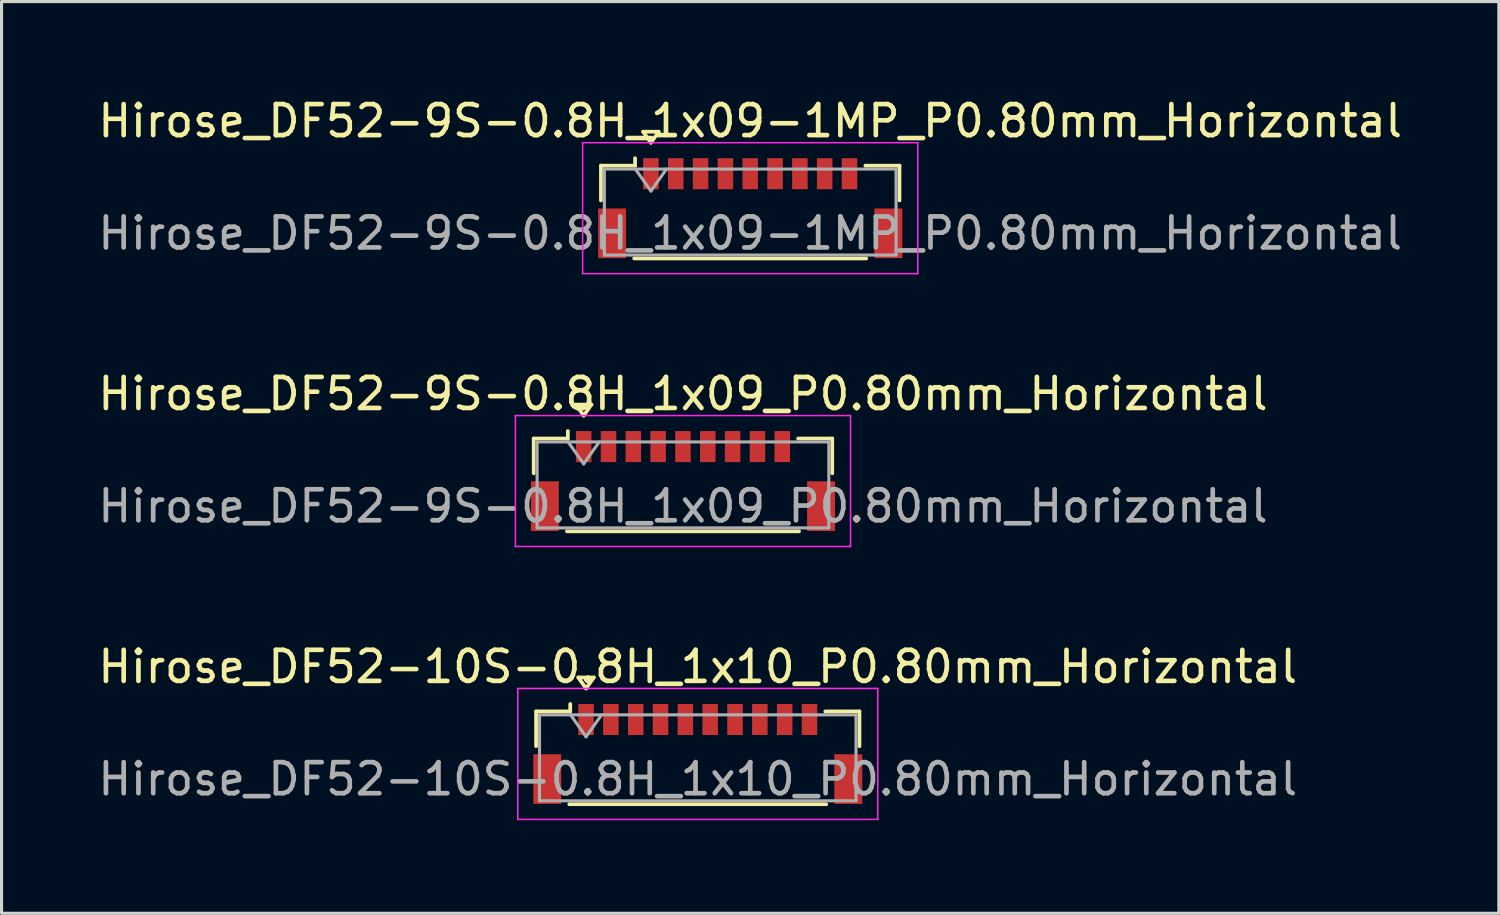
<source format=kicad_pcb>
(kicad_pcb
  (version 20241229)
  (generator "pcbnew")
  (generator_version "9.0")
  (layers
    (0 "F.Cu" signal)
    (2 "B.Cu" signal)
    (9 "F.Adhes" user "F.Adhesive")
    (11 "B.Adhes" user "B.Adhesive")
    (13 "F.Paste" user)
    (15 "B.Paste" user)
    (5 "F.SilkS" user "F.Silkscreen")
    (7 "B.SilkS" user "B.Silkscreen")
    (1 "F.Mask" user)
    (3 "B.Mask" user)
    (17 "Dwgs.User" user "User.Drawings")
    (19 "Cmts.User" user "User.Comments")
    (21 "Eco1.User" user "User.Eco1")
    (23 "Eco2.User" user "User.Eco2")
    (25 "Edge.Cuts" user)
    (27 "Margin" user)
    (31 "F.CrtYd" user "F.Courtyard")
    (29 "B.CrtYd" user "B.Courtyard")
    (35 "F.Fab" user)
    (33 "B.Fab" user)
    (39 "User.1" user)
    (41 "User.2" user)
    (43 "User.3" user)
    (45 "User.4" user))
  (footprint "Hirose_DF52-9S-0.8H_1x09-1MP_P0.80mm_Horizontal"
    (layer "F.Cu")
    (at 21.125 3.658)
    (property "Reference" "Hirose_DF52-9S-0.8H_1x09-1MP_P0.80mm_Horizontal" (at 0 -2.81 0) (layer "F.SilkS") (effects (font (size 1 1) (thickness 0.15))))
    (attr smd)
    (fp_line (start -4.81 -1.37) (end -3.71 -1.37) (stroke (width 0.12) (type solid)) (layer "F.SilkS"))
    (fp_line (start -4.81 -0.25) (end -4.81 -1.37) (stroke (width 0.12) (type solid)) (layer "F.SilkS"))
    (fp_line (start -3.74 1.62) (end 3.74 1.62) (stroke (width 0.12) (type solid)) (layer "F.SilkS"))
    (fp_line (start -3.71 -1.37) (end -3.71 -1.61) (stroke (width 0.12) (type solid)) (layer "F.SilkS"))
    (fp_line (start -3.45 -2.464) (end -3.2 -2.11) (stroke (width 0.12) (type solid)) (layer "F.SilkS"))
    (fp_line (start -3.2 -2.11) (end -2.95 -2.464) (stroke (width 0.12) (type solid)) (layer "F.SilkS"))
    (fp_line (start -2.95 -2.464) (end -3.45 -2.464) (stroke (width 0.12) (type solid)) (layer "F.SilkS"))
    (fp_line (start 4.81 -1.37) (end 3.71 -1.37) (stroke (width 0.12) (type solid)) (layer "F.SilkS"))
    (fp_line (start 4.81 -0.25) (end 4.81 -1.37) (stroke (width 0.12) (type solid)) (layer "F.SilkS"))
    (fp_line (start -5.4 -2.11) (end -5.4 2.11) (stroke (width 0.05) (type solid)) (layer "F.CrtYd"))
    (fp_line (start -5.4 2.11) (end 5.4 2.11) (stroke (width 0.05) (type solid)) (layer "F.CrtYd"))
    (fp_line (start 5.4 -2.11) (end -5.4 -2.11) (stroke (width 0.05) (type solid)) (layer "F.CrtYd"))
    (fp_line (start 5.4 2.11) (end 5.4 -2.11) (stroke (width 0.05) (type solid)) (layer "F.CrtYd"))
    (fp_line (start -4.7 -1.26) (end -4.7 1.51) (stroke (width 0.1) (type solid)) (layer "F.Fab"))
    (fp_line (start -4.7 -1.26) (end 4.7 -1.26) (stroke (width 0.1) (type solid)) (layer "F.Fab"))
    (fp_line (start -4.7 1.51) (end 4.7 1.51) (stroke (width 0.1) (type solid)) (layer "F.Fab"))
    (fp_line (start -3.7 -1.26) (end -3.2 -0.553) (stroke (width 0.1) (type solid)) (layer "F.Fab"))
    (fp_line (start -3.2 -0.553) (end -2.7 -1.26) (stroke (width 0.1) (type solid)) (layer "F.Fab"))
    (fp_line (start 4.7 -1.26) (end 4.7 1.51) (stroke (width 0.1) (type solid)) (layer "F.Fab"))
    (fp_text user "${REFERENCE}" (at 0 0.81 0) (layer "F.Fab") (effects (font (size 1 1) (thickness 0.15))))
    (pad "1" smd rect (at -3.2 -1.11) (size 0.5 1) (layers "F.Cu" "F.Mask" "F.Paste"))
    (pad "2" smd rect (at -2.4 -1.11) (size 0.5 1) (layers "F.Cu" "F.Mask" "F.Paste"))
    (pad "3" smd rect (at -1.6 -1.11) (size 0.5 1) (layers "F.Cu" "F.Mask" "F.Paste"))
    (pad "4" smd rect (at -0.8 -1.11) (size 0.5 1) (layers "F.Cu" "F.Mask" "F.Paste"))
    (pad "5" smd rect (at 0 -1.11) (size 0.5 1) (layers "F.Cu" "F.Mask" "F.Paste"))
    (pad "6" smd rect (at 0.8 -1.11) (size 0.5 1) (layers "F.Cu" "F.Mask" "F.Paste"))
    (pad "7" smd rect (at 1.6 -1.11) (size 0.5 1) (layers "F.Cu" "F.Mask" "F.Paste"))
    (pad "8" smd rect (at 2.4 -1.11) (size 0.5 1) (layers "F.Cu" "F.Mask" "F.Paste"))
    (pad "9" smd rect (at 3.2 -1.11) (size 0.5 1) (layers "F.Cu" "F.Mask" "F.Paste"))
    (pad "MP" smd rect (at -4.45 0.81) (size 0.9 1.6) (layers "F.Cu" "F.Mask" "F.Paste"))
    (pad "MP" smd rect (at 4.45 0.81) (size 0.9 1.6) (layers "F.Cu" "F.Mask" "F.Paste")))
  (footprint "Hirose_DF52-9S-0.8H_1x09_P0.80mm_Horizontal"
    (layer "F.Cu")
    (at 18.958 12.451)
    (property "Reference" "Hirose_DF52-9S-0.8H_1x09_P0.80mm_Horizontal" (at 0 -2.81 0) (layer "F.SilkS") (effects (font (size 1 1) (thickness 0.15))))
    (attr smd)
    (fp_line (start -4.81 -1.37) (end -3.71 -1.37) (stroke (width 0.12) (type solid)) (layer "F.SilkS"))
    (fp_line (start -4.81 -0.25) (end -4.81 -1.37) (stroke (width 0.12) (type solid)) (layer "F.SilkS"))
    (fp_line (start -3.74 1.62) (end 3.74 1.62) (stroke (width 0.12) (type solid)) (layer "F.SilkS"))
    (fp_line (start -3.71 -1.37) (end -3.71 -1.61) (stroke (width 0.12) (type solid)) (layer "F.SilkS"))
    (fp_line (start -3.45 -2.464) (end -3.2 -2.11) (stroke (width 0.12) (type solid)) (layer "F.SilkS"))
    (fp_line (start -3.2 -2.11) (end -2.95 -2.464) (stroke (width 0.12) (type solid)) (layer "F.SilkS"))
    (fp_line (start -2.95 -2.464) (end -3.45 -2.464) (stroke (width 0.12) (type solid)) (layer "F.SilkS"))
    (fp_line (start 4.81 -1.37) (end 3.71 -1.37) (stroke (width 0.12) (type solid)) (layer "F.SilkS"))
    (fp_line (start 4.81 -0.25) (end 4.81 -1.37) (stroke (width 0.12) (type solid)) (layer "F.SilkS"))
    (fp_line (start -5.4 -2.11) (end -5.4 2.11) (stroke (width 0.05) (type solid)) (layer "F.CrtYd"))
    (fp_line (start -5.4 2.11) (end 5.4 2.11) (stroke (width 0.05) (type solid)) (layer "F.CrtYd"))
    (fp_line (start 5.4 -2.11) (end -5.4 -2.11) (stroke (width 0.05) (type solid)) (layer "F.CrtYd"))
    (fp_line (start 5.4 2.11) (end 5.4 -2.11) (stroke (width 0.05) (type solid)) (layer "F.CrtYd"))
    (fp_line (start -4.7 -1.26) (end -4.7 1.51) (stroke (width 0.1) (type solid)) (layer "F.Fab"))
    (fp_line (start -4.7 -1.26) (end 4.7 -1.26) (stroke (width 0.1) (type solid)) (layer "F.Fab"))
    (fp_line (start -4.7 1.51) (end 4.7 1.51) (stroke (width 0.1) (type solid)) (layer "F.Fab"))
    (fp_line (start -3.7 -1.26) (end -3.2 -0.553) (stroke (width 0.1) (type solid)) (layer "F.Fab"))
    (fp_line (start -3.2 -0.553) (end -2.7 -1.26) (stroke (width 0.1) (type solid)) (layer "F.Fab"))
    (fp_line (start 4.7 -1.26) (end 4.7 1.51) (stroke (width 0.1) (type solid)) (layer "F.Fab"))
    (fp_text user "${REFERENCE}" (at 0 0.81 0) (layer "F.Fab") (effects (font (size 1 1) (thickness 0.15))))
    (pad "" smd rect (at -4.45 0.81) (size 0.9 1.6) (layers "F.Cu" "F.Mask" "F.Paste"))
    (pad "" smd rect (at 4.45 0.81) (size 0.9 1.6) (layers "F.Cu" "F.Mask" "F.Paste"))
    (pad "1" smd rect (at -3.2 -1.11) (size 0.5 1) (layers "F.Cu" "F.Mask" "F.Paste"))
    (pad "2" smd rect (at -2.4 -1.11) (size 0.5 1) (layers "F.Cu" "F.Mask" "F.Paste"))
    (pad "3" smd rect (at -1.6 -1.11) (size 0.5 1) (layers "F.Cu" "F.Mask" "F.Paste"))
    (pad "4" smd rect (at -0.8 -1.11) (size 0.5 1) (layers "F.Cu" "F.Mask" "F.Paste"))
    (pad "5" smd rect (at 0 -1.11) (size 0.5 1) (layers "F.Cu" "F.Mask" "F.Paste"))
    (pad "6" smd rect (at 0.8 -1.11) (size 0.5 1) (layers "F.Cu" "F.Mask" "F.Paste"))
    (pad "7" smd rect (at 1.6 -1.11) (size 0.5 1) (layers "F.Cu" "F.Mask" "F.Paste"))
    (pad "8" smd rect (at 2.4 -1.11) (size 0.5 1) (layers "F.Cu" "F.Mask" "F.Paste"))
    (pad "9" smd rect (at 3.2 -1.11) (size 0.5 1) (layers "F.Cu" "F.Mask" "F.Paste")))
  (footprint "Hirose_DF52-10S-0.8H_1x10_P0.80mm_Horizontal"
    (layer "F.Cu")
    (at 19.435 21.245)
    (property "Reference" "Hirose_DF52-10S-0.8H_1x10_P0.80mm_Horizontal" (at 0 -2.81 0) (layer "F.SilkS") (effects (font (size 1 1) (thickness 0.15))))
    (attr smd)
    (fp_line (start -5.21 -1.37) (end -4.11 -1.37) (stroke (width 0.12) (type solid)) (layer "F.SilkS"))
    (fp_line (start -5.21 -0.25) (end -5.21 -1.37) (stroke (width 0.12) (type solid)) (layer "F.SilkS"))
    (fp_line (start -4.14 1.62) (end 4.14 1.62) (stroke (width 0.12) (type solid)) (layer "F.SilkS"))
    (fp_line (start -4.11 -1.37) (end -4.11 -1.61) (stroke (width 0.12) (type solid)) (layer "F.SilkS"))
    (fp_line (start -3.85 -2.464) (end -3.6 -2.11) (stroke (width 0.12) (type solid)) (layer "F.SilkS"))
    (fp_line (start -3.6 -2.11) (end -3.35 -2.464) (stroke (width 0.12) (type solid)) (layer "F.SilkS"))
    (fp_line (start -3.35 -2.464) (end -3.85 -2.464) (stroke (width 0.12) (type solid)) (layer "F.SilkS"))
    (fp_line (start 5.21 -1.37) (end 4.11 -1.37) (stroke (width 0.12) (type solid)) (layer "F.SilkS"))
    (fp_line (start 5.21 -0.25) (end 5.21 -1.37) (stroke (width 0.12) (type solid)) (layer "F.SilkS"))
    (fp_line (start -5.8 -2.11) (end -5.8 2.11) (stroke (width 0.05) (type solid)) (layer "F.CrtYd"))
    (fp_line (start -5.8 2.11) (end 5.8 2.11) (stroke (width 0.05) (type solid)) (layer "F.CrtYd"))
    (fp_line (start 5.8 -2.11) (end -5.8 -2.11) (stroke (width 0.05) (type solid)) (layer "F.CrtYd"))
    (fp_line (start 5.8 2.11) (end 5.8 -2.11) (stroke (width 0.05) (type solid)) (layer "F.CrtYd"))
    (fp_line (start -5.1 -1.26) (end -5.1 1.51) (stroke (width 0.1) (type solid)) (layer "F.Fab"))
    (fp_line (start -5.1 -1.26) (end 5.1 -1.26) (stroke (width 0.1) (type solid)) (layer "F.Fab"))
    (fp_line (start -5.1 1.51) (end 5.1 1.51) (stroke (width 0.1) (type solid)) (layer "F.Fab"))
    (fp_line (start -4.1 -1.26) (end -3.6 -0.553) (stroke (width 0.1) (type solid)) (layer "F.Fab"))
    (fp_line (start -3.6 -0.553) (end -3.1 -1.26) (stroke (width 0.1) (type solid)) (layer "F.Fab"))
    (fp_line (start 5.1 -1.26) (end 5.1 1.51) (stroke (width 0.1) (type solid)) (layer "F.Fab"))
    (fp_text user "${REFERENCE}" (at 0 0.81 0) (layer "F.Fab") (effects (font (size 1 1) (thickness 0.15))))
    (pad "" smd rect (at -4.85 0.81) (size 0.9 1.6) (layers "F.Cu" "F.Mask" "F.Paste"))
    (pad "" smd rect (at 4.85 0.81) (size 0.9 1.6) (layers "F.Cu" "F.Mask" "F.Paste"))
    (pad "1" smd rect (at -3.6 -1.11) (size 0.5 1) (layers "F.Cu" "F.Mask" "F.Paste"))
    (pad "2" smd rect (at -2.8 -1.11) (size 0.5 1) (layers "F.Cu" "F.Mask" "F.Paste"))
    (pad "3" smd rect (at -2 -1.11) (size 0.5 1) (layers "F.Cu" "F.Mask" "F.Paste"))
    (pad "4" smd rect (at -1.2 -1.11) (size 0.5 1) (layers "F.Cu" "F.Mask" "F.Paste"))
    (pad "5" smd rect (at -0.4 -1.11) (size 0.5 1) (layers "F.Cu" "F.Mask" "F.Paste"))
    (pad "6" smd rect (at 0.4 -1.11) (size 0.5 1) (layers "F.Cu" "F.Mask" "F.Paste"))
    (pad "7" smd rect (at 1.2 -1.11) (size 0.5 1) (layers "F.Cu" "F.Mask" "F.Paste"))
    (pad "8" smd rect (at 2 -1.11) (size 0.5 1) (layers "F.Cu" "F.Mask" "F.Paste"))
    (pad "9" smd rect (at 2.8 -1.11) (size 0.5 1) (layers "F.Cu" "F.Mask" "F.Paste"))
    (pad "10" smd rect (at 3.6 -1.11) (size 0.5 1) (layers "F.Cu" "F.Mask" "F.Paste")))
  (gr_rect
    (start -3 -3)
    (end 45.25 26.38)
    (stroke (width 0.1) (type default))
    (fill no)
    (layer "Edge.Cuts")))
</source>
